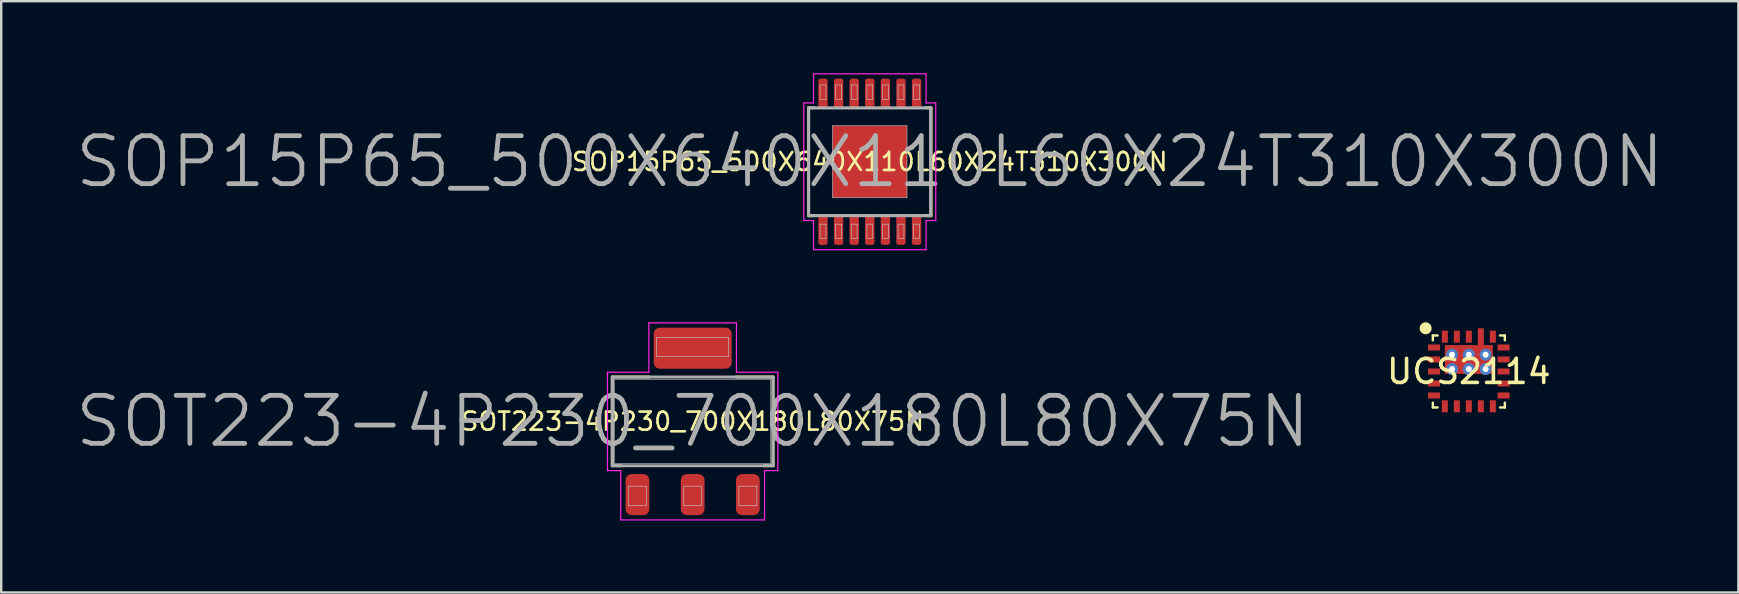
<source format=kicad_pcb>
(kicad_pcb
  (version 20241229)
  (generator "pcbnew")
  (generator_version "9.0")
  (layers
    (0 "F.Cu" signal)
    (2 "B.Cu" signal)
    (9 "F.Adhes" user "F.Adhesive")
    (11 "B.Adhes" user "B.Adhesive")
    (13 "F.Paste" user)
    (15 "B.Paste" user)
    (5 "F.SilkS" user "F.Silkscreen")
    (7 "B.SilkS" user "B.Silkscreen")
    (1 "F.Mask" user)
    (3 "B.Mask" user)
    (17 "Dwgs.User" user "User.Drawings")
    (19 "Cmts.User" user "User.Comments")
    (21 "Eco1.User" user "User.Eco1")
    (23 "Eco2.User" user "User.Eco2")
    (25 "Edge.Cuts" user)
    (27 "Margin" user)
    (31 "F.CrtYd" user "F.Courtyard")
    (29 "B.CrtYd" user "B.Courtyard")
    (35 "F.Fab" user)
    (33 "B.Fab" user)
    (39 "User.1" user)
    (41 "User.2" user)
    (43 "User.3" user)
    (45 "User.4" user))
  (footprint "SOP15P65_500X640X110L60X24T310X300N"
    (layer "F.Cu")
    (at 33.195 3.69)
    (property "Reference" "SOP15P65_500X640X110L60X24T310X300N" (at 0 0 0) (layer "F.SilkS") (effects (font (size 0.75 0.75) (thickness 0.11))))
    (attr smd)
    (fp_line (start -1.33 -1.28) (end -0.22 -1.28) (stroke (width 0.1) (type solid)) (layer "F.Mask"))
    (fp_line (start -1.33 -0.22) (end -1.33 -1.28) (stroke (width 0.1) (type solid)) (layer "F.Mask"))
    (fp_line (start -1.33 0.22) (end -0.22 0.22) (stroke (width 0.1) (type solid)) (layer "F.Mask"))
    (fp_line (start -1.33 1.28) (end -1.33 0.22) (stroke (width 0.1) (type solid)) (layer "F.Mask"))
    (fp_line (start -0.22 -1.28) (end -0.22 -0.22) (stroke (width 0.1) (type solid)) (layer "F.Mask"))
    (fp_line (start -0.22 -0.22) (end -1.33 -0.22) (stroke (width 0.1) (type solid)) (layer "F.Mask"))
    (fp_line (start -0.22 0.22) (end -0.22 1.28) (stroke (width 0.1) (type solid)) (layer "F.Mask"))
    (fp_line (start -0.22 1.28) (end -1.33 1.28) (stroke (width 0.1) (type solid)) (layer "F.Mask"))
    (fp_line (start 0.22 -1.28) (end 1.33 -1.28) (stroke (width 0.1) (type solid)) (layer "F.Mask"))
    (fp_line (start 0.22 -0.22) (end 0.22 -1.28) (stroke (width 0.1) (type solid)) (layer "F.Mask"))
    (fp_line (start 0.22 0.22) (end 1.33 0.22) (stroke (width 0.1) (type solid)) (layer "F.Mask"))
    (fp_line (start 0.22 1.28) (end 0.22 0.22) (stroke (width 0.1) (type solid)) (layer "F.Mask"))
    (fp_line (start 1.33 -1.28) (end 1.33 -0.22) (stroke (width 0.1) (type solid)) (layer "F.Mask"))
    (fp_line (start 1.33 -0.22) (end 0.22 -0.22) (stroke (width 0.1) (type solid)) (layer "F.Mask"))
    (fp_line (start 1.33 0.22) (end 1.33 1.28) (stroke (width 0.1) (type solid)) (layer "F.Mask"))
    (fp_line (start 1.33 1.28) (end 0.22 1.28) (stroke (width 0.1) (type solid)) (layer "F.Mask"))
    (fp_line (start -2.55 -2.25) (end -2.325 -2.25) (stroke (width 0.12) (type solid)) (layer "F.SilkS"))
    (fp_line (start -2.55 2.25) (end -2.55 -2.25) (stroke (width 0.12) (type solid)) (layer "F.SilkS"))
    (fp_line (start -2.325 2.25) (end -2.55 2.25) (stroke (width 0.12) (type solid)) (layer "F.SilkS"))
    (fp_line (start 2.325 2.25) (end 2.55 2.25) (stroke (width 0.12) (type solid)) (layer "F.SilkS"))
    (fp_line (start 2.55 -2.25) (end 2.325 -2.25) (stroke (width 0.12) (type solid)) (layer "F.SilkS"))
    (fp_line (start 2.55 2.25) (end 2.55 -2.25) (stroke (width 0.12) (type solid)) (layer "F.SilkS"))
    (fp_line (start -2.5 -2.2) (end 2.5 -2.2) (stroke (width 0.025) (type solid)) (layer "Dwgs.User"))
    (fp_line (start -2.5 2.2) (end -2.5 -2.2) (stroke (width 0.025) (type solid)) (layer "Dwgs.User"))
    (fp_line (start -2.072 -3.2) (end -1.827 -3.2) (stroke (width 0.025) (type solid)) (layer "Dwgs.User"))
    (fp_line (start -2.072 -2.6) (end -2.072 -3.2) (stroke (width 0.025) (type solid)) (layer "Dwgs.User"))
    (fp_line (start -2.072 2.6) (end -1.827 2.6) (stroke (width 0.025) (type solid)) (layer "Dwgs.User"))
    (fp_line (start -2.072 3.2) (end -2.072 2.6) (stroke (width 0.025) (type solid)) (layer "Dwgs.User"))
    (fp_line (start -1.827 -3.2) (end -1.827 -2.6) (stroke (width 0.025) (type solid)) (layer "Dwgs.User"))
    (fp_line (start -1.827 -2.6) (end -2.072 -2.6) (stroke (width 0.025) (type solid)) (layer "Dwgs.User"))
    (fp_line (start -1.827 2.6) (end -1.827 3.2) (stroke (width 0.025) (type solid)) (layer "Dwgs.User"))
    (fp_line (start -1.827 3.2) (end -2.072 3.2) (stroke (width 0.025) (type solid)) (layer "Dwgs.User"))
    (fp_line (start -1.55 -1.5) (end 1.55 -1.5) (stroke (width 0.025) (type solid)) (layer "Dwgs.User"))
    (fp_line (start -1.55 1.5) (end -1.55 -1.5) (stroke (width 0.025) (type solid)) (layer "Dwgs.User"))
    (fp_line (start -1.423 -3.2) (end -1.177 -3.2) (stroke (width 0.025) (type solid)) (layer "Dwgs.User"))
    (fp_line (start -1.423 -2.6) (end -1.423 -3.2) (stroke (width 0.025) (type solid)) (layer "Dwgs.User"))
    (fp_line (start -1.423 2.6) (end -1.177 2.6) (stroke (width 0.025) (type solid)) (layer "Dwgs.User"))
    (fp_line (start -1.423 3.2) (end -1.423 2.6) (stroke (width 0.025) (type solid)) (layer "Dwgs.User"))
    (fp_line (start -1.177 -3.2) (end -1.177 -2.6) (stroke (width 0.025) (type solid)) (layer "Dwgs.User"))
    (fp_line (start -1.177 -2.6) (end -1.423 -2.6) (stroke (width 0.025) (type solid)) (layer "Dwgs.User"))
    (fp_line (start -1.177 2.6) (end -1.177 3.2) (stroke (width 0.025) (type solid)) (layer "Dwgs.User"))
    (fp_line (start -1.177 3.2) (end -1.423 3.2) (stroke (width 0.025) (type solid)) (layer "Dwgs.User"))
    (fp_line (start -0.772 -3.2) (end -0.527 -3.2) (stroke (width 0.025) (type solid)) (layer "Dwgs.User"))
    (fp_line (start -0.772 -2.6) (end -0.772 -3.2) (stroke (width 0.025) (type solid)) (layer "Dwgs.User"))
    (fp_line (start -0.772 2.6) (end -0.527 2.6) (stroke (width 0.025) (type solid)) (layer "Dwgs.User"))
    (fp_line (start -0.772 3.2) (end -0.772 2.6) (stroke (width 0.025) (type solid)) (layer "Dwgs.User"))
    (fp_line (start -0.527 -3.2) (end -0.527 -2.6) (stroke (width 0.025) (type solid)) (layer "Dwgs.User"))
    (fp_line (start -0.527 -2.6) (end -0.772 -2.6) (stroke (width 0.025) (type solid)) (layer "Dwgs.User"))
    (fp_line (start -0.527 2.6) (end -0.527 3.2) (stroke (width 0.025) (type solid)) (layer "Dwgs.User"))
    (fp_line (start -0.527 3.2) (end -0.772 3.2) (stroke (width 0.025) (type solid)) (layer "Dwgs.User"))
    (fp_line (start -0.122 -3.2) (end 0.122 -3.2) (stroke (width 0.025) (type solid)) (layer "Dwgs.User"))
    (fp_line (start -0.122 -2.6) (end -0.122 -3.2) (stroke (width 0.025) (type solid)) (layer "Dwgs.User"))
    (fp_line (start -0.122 2.6) (end 0.122 2.6) (stroke (width 0.025) (type solid)) (layer "Dwgs.User"))
    (fp_line (start -0.122 3.2) (end -0.122 2.6) (stroke (width 0.025) (type solid)) (layer "Dwgs.User"))
    (fp_line (start 0.122 -3.2) (end 0.122 -2.6) (stroke (width 0.025) (type solid)) (layer "Dwgs.User"))
    (fp_line (start 0.122 -2.6) (end -0.122 -2.6) (stroke (width 0.025) (type solid)) (layer "Dwgs.User"))
    (fp_line (start 0.122 2.6) (end 0.122 3.2) (stroke (width 0.025) (type solid)) (layer "Dwgs.User"))
    (fp_line (start 0.122 3.2) (end -0.122 3.2) (stroke (width 0.025) (type solid)) (layer "Dwgs.User"))
    (fp_line (start 0.527 -3.2) (end 0.772 -3.2) (stroke (width 0.025) (type solid)) (layer "Dwgs.User"))
    (fp_line (start 0.527 -2.6) (end 0.527 -3.2) (stroke (width 0.025) (type solid)) (layer "Dwgs.User"))
    (fp_line (start 0.527 2.6) (end 0.772 2.6) (stroke (width 0.025) (type solid)) (layer "Dwgs.User"))
    (fp_line (start 0.527 3.2) (end 0.527 2.6) (stroke (width 0.025) (type solid)) (layer "Dwgs.User"))
    (fp_line (start 0.772 -3.2) (end 0.772 -2.6) (stroke (width 0.025) (type solid)) (layer "Dwgs.User"))
    (fp_line (start 0.772 -2.6) (end 0.527 -2.6) (stroke (width 0.025) (type solid)) (layer "Dwgs.User"))
    (fp_line (start 0.772 2.6) (end 0.772 3.2) (stroke (width 0.025) (type solid)) (layer "Dwgs.User"))
    (fp_line (start 0.772 3.2) (end 0.527 3.2) (stroke (width 0.025) (type solid)) (layer "Dwgs.User"))
    (fp_line (start 1.177 -3.2) (end 1.423 -3.2) (stroke (width 0.025) (type solid)) (layer "Dwgs.User"))
    (fp_line (start 1.177 -2.6) (end 1.177 -3.2) (stroke (width 0.025) (type solid)) (layer "Dwgs.User"))
    (fp_line (start 1.177 2.6) (end 1.423 2.6) (stroke (width 0.025) (type solid)) (layer "Dwgs.User"))
    (fp_line (start 1.177 3.2) (end 1.177 2.6) (stroke (width 0.025) (type solid)) (layer "Dwgs.User"))
    (fp_line (start 1.423 -3.2) (end 1.423 -2.6) (stroke (width 0.025) (type solid)) (layer "Dwgs.User"))
    (fp_line (start 1.423 -2.6) (end 1.177 -2.6) (stroke (width 0.025) (type solid)) (layer "Dwgs.User"))
    (fp_line (start 1.423 2.6) (end 1.423 3.2) (stroke (width 0.025) (type solid)) (layer "Dwgs.User"))
    (fp_line (start 1.423 3.2) (end 1.177 3.2) (stroke (width 0.025) (type solid)) (layer "Dwgs.User"))
    (fp_line (start 1.55 -1.5) (end 1.55 1.5) (stroke (width 0.025) (type solid)) (layer "Dwgs.User"))
    (fp_line (start 1.55 1.5) (end -1.55 1.5) (stroke (width 0.025) (type solid)) (layer "Dwgs.User"))
    (fp_line (start 1.827 -3.2) (end 2.072 -3.2) (stroke (width 0.025) (type solid)) (layer "Dwgs.User"))
    (fp_line (start 1.827 -2.6) (end 1.827 -3.2) (stroke (width 0.025) (type solid)) (layer "Dwgs.User"))
    (fp_line (start 1.827 2.6) (end 2.072 2.6) (stroke (width 0.025) (type solid)) (layer "Dwgs.User"))
    (fp_line (start 1.827 3.2) (end 1.827 2.6) (stroke (width 0.025) (type solid)) (layer "Dwgs.User"))
    (fp_line (start 2.072 -3.2) (end 2.072 -2.6) (stroke (width 0.025) (type solid)) (layer "Dwgs.User"))
    (fp_line (start 2.072 -2.6) (end 1.827 -2.6) (stroke (width 0.025) (type solid)) (layer "Dwgs.User"))
    (fp_line (start 2.072 2.6) (end 2.072 3.2) (stroke (width 0.025) (type solid)) (layer "Dwgs.User"))
    (fp_line (start 2.072 3.2) (end 1.827 3.2) (stroke (width 0.025) (type solid)) (layer "Dwgs.User"))
    (fp_line (start 2.5 -2.2) (end 2.5 2.2) (stroke (width 0.025) (type solid)) (layer "Dwgs.User"))
    (fp_line (start 2.5 2.2) (end -2.5 2.2) (stroke (width 0.025) (type solid)) (layer "Dwgs.User"))
    (fp_line (start -2.75 -2.45) (end -2.75 2.45) (stroke (width 0.05) (type solid)) (layer "F.CrtYd"))
    (fp_line (start -2.75 2.45) (end -2.345 2.45) (stroke (width 0.05) (type solid)) (layer "F.CrtYd"))
    (fp_line (start -2.345 -3.665) (end -2.345 -2.45) (stroke (width 0.05) (type solid)) (layer "F.CrtYd"))
    (fp_line (start -2.345 -2.45) (end -2.75 -2.45) (stroke (width 0.05) (type solid)) (layer "F.CrtYd"))
    (fp_line (start -2.345 2.45) (end -2.345 3.665) (stroke (width 0.05) (type solid)) (layer "F.CrtYd"))
    (fp_line (start -2.345 3.665) (end 2.345 3.665) (stroke (width 0.05) (type solid)) (layer "F.CrtYd"))
    (fp_line (start 2.345 -3.665) (end -2.345 -3.665) (stroke (width 0.05) (type solid)) (layer "F.CrtYd"))
    (fp_line (start 2.345 -2.45) (end 2.345 -3.665) (stroke (width 0.05) (type solid)) (layer "F.CrtYd"))
    (fp_line (start 2.345 2.45) (end 2.75 2.45) (stroke (width 0.05) (type solid)) (layer "F.CrtYd"))
    (fp_line (start 2.345 3.665) (end 2.345 2.45) (stroke (width 0.05) (type solid)) (layer "F.CrtYd"))
    (fp_line (start 2.75 -2.45) (end 2.345 -2.45) (stroke (width 0.05) (type solid)) (layer "F.CrtYd"))
    (fp_line (start 2.75 2.45) (end 2.75 -2.45) (stroke (width 0.05) (type solid)) (layer "F.CrtYd"))
    (fp_line (start -2.55 -2.25) (end 2.55 -2.25) (stroke (width 0.12) (type solid)) (layer "F.Fab"))
    (fp_line (start -2.55 2.25) (end -2.55 -2.25) (stroke (width 0.12) (type solid)) (layer "F.Fab"))
    (fp_line (start 2.55 -2.25) (end 2.55 2.25) (stroke (width 0.12) (type solid)) (layer "F.Fab"))
    (fp_line (start 2.55 2.25) (end -2.55 2.25) (stroke (width 0.12) (type solid)) (layer "F.Fab"))
    (fp_text user "${REFERENCE}" (at 0 0 0) (layer "F.Fab") (effects (font (size 2 2) (thickness 0.2))))
    (pad "" smd rect (at -0.775 -0.75 90) (size 1.06 1.11) (layers "F.Paste"))
    (pad "" smd rect (at -0.775 0.75 90) (size 1.06 1.11) (layers "F.Paste"))
    (pad "" smd rect (at 0.775 -0.75 90) (size 1.06 1.11) (layers "F.Paste"))
    (pad "" smd rect (at 0.775 0.75 90) (size 1.06 1.11) (layers "F.Paste"))
    (pad "1" smd roundrect (at -1.95 2.835 90) (size 1.26 0.39) (layers "F.Cu" "F.Mask" "F.Paste") (roundrect_rratio 0.256))
    (pad "2" smd roundrect (at -1.3 2.835 90) (size 1.26 0.39) (layers "F.Cu" "F.Mask" "F.Paste") (roundrect_rratio 0.256))
    (pad "3" smd roundrect (at -0.65 2.835 90) (size 1.26 0.39) (layers "F.Cu" "F.Mask" "F.Paste") (roundrect_rratio 0.256))
    (pad "4" smd roundrect (at 0 2.835 90) (size 1.26 0.39) (layers "F.Cu" "F.Mask" "F.Paste") (roundrect_rratio 0.256))
    (pad "5" smd roundrect (at 0.65 2.835 90) (size 1.26 0.39) (layers "F.Cu" "F.Mask" "F.Paste") (roundrect_rratio 0.256))
    (pad "6" smd roundrect (at 1.3 2.835 90) (size 1.26 0.39) (layers "F.Cu" "F.Mask" "F.Paste") (roundrect_rratio 0.256))
    (pad "7" smd roundrect (at 1.95 2.835 90) (size 1.26 0.39) (layers "F.Cu" "F.Mask" "F.Paste") (roundrect_rratio 0.256))
    (pad "8" smd roundrect (at 1.95 -2.835 90) (size 1.26 0.39) (layers "F.Cu" "F.Mask" "F.Paste") (roundrect_rratio 0.256))
    (pad "9" smd roundrect (at 1.3 -2.835 90) (size 1.26 0.39) (layers "F.Cu" "F.Mask" "F.Paste") (roundrect_rratio 0.256))
    (pad "10" smd roundrect (at 0.65 -2.835 90) (size 1.26 0.39) (layers "F.Cu" "F.Mask" "F.Paste") (roundrect_rratio 0.256))
    (pad "11" smd roundrect (at 0 -2.835 90) (size 1.26 0.39) (layers "F.Cu" "F.Mask" "F.Paste") (roundrect_rratio 0.256))
    (pad "12" smd roundrect (at -0.65 -2.835 90) (size 1.26 0.39) (layers "F.Cu" "F.Mask" "F.Paste") (roundrect_rratio 0.256))
    (pad "13" smd roundrect (at -1.3 -2.835 90) (size 1.26 0.39) (layers "F.Cu" "F.Mask" "F.Paste") (roundrect_rratio 0.256))
    (pad "14" smd roundrect (at -1.95 -2.835 90) (size 1.26 0.39) (layers "F.Cu" "F.Mask" "F.Paste") (roundrect_rratio 0.256))
    (pad "15" smd rect (at 0 0 90) (size 3 3.1) (layers "F.Cu")))
  (footprint "SOT223-4P230_700X180L80X75N"
    (layer "F.Cu")
    (at 25.814 14.51)
    (property "Reference" "SOT223-4P230_700X180L80X75N" (at 0 0 0) (layer "F.SilkS") (effects (font (size 0.75 0.75) (thickness 0.11))))
    (attr smd)
    (fp_line (start -3.35 -1.85) (end -1.805 -1.85) (stroke (width 0.12) (type solid)) (layer "F.SilkS"))
    (fp_line (start -3.35 1.85) (end -3.35 -1.85) (stroke (width 0.12) (type solid)) (layer "F.SilkS"))
    (fp_line (start -2.975 1.85) (end -3.35 1.85) (stroke (width 0.12) (type solid)) (layer "F.SilkS"))
    (fp_line (start 2.975 1.85) (end 3.35 1.85) (stroke (width 0.12) (type solid)) (layer "F.SilkS"))
    (fp_line (start 3.35 -1.85) (end 1.805 -1.85) (stroke (width 0.12) (type solid)) (layer "F.SilkS"))
    (fp_line (start 3.35 1.85) (end 3.35 -1.85) (stroke (width 0.12) (type solid)) (layer "F.SilkS"))
    (fp_line (start -3.25 -1.75) (end 3.25 -1.75) (stroke (width 0.025) (type solid)) (layer "Dwgs.User"))
    (fp_line (start -3.25 1.75) (end -3.25 -1.75) (stroke (width 0.025) (type solid)) (layer "Dwgs.User"))
    (fp_line (start -2.675 2.7) (end -1.925 2.7) (stroke (width 0.025) (type solid)) (layer "Dwgs.User"))
    (fp_line (start -2.675 3.5) (end -2.675 2.7) (stroke (width 0.025) (type solid)) (layer "Dwgs.User"))
    (fp_line (start -1.925 2.7) (end -1.925 3.5) (stroke (width 0.025) (type solid)) (layer "Dwgs.User"))
    (fp_line (start -1.925 3.5) (end -2.675 3.5) (stroke (width 0.025) (type solid)) (layer "Dwgs.User"))
    (fp_line (start -1.5 -3.5) (end 1.5 -3.5) (stroke (width 0.025) (type solid)) (layer "Dwgs.User"))
    (fp_line (start -1.5 -2.7) (end -1.5 -3.5) (stroke (width 0.025) (type solid)) (layer "Dwgs.User"))
    (fp_line (start -0.375 2.7) (end 0.375 2.7) (stroke (width 0.025) (type solid)) (layer "Dwgs.User"))
    (fp_line (start -0.375 3.5) (end -0.375 2.7) (stroke (width 0.025) (type solid)) (layer "Dwgs.User"))
    (fp_line (start 0.375 2.7) (end 0.375 3.5) (stroke (width 0.025) (type solid)) (layer "Dwgs.User"))
    (fp_line (start 0.375 3.5) (end -0.375 3.5) (stroke (width 0.025) (type solid)) (layer "Dwgs.User"))
    (fp_line (start 1.5 -3.5) (end 1.5 -2.7) (stroke (width 0.025) (type solid)) (layer "Dwgs.User"))
    (fp_line (start 1.5 -2.7) (end -1.5 -2.7) (stroke (width 0.025) (type solid)) (layer "Dwgs.User"))
    (fp_line (start 1.925 2.7) (end 2.675 2.7) (stroke (width 0.025) (type solid)) (layer "Dwgs.User"))
    (fp_line (start 1.925 3.5) (end 1.925 2.7) (stroke (width 0.025) (type solid)) (layer "Dwgs.User"))
    (fp_line (start 2.675 2.7) (end 2.675 3.5) (stroke (width 0.025) (type solid)) (layer "Dwgs.User"))
    (fp_line (start 2.675 3.5) (end 1.925 3.5) (stroke (width 0.025) (type solid)) (layer "Dwgs.User"))
    (fp_line (start 3.25 -1.75) (end 3.25 1.75) (stroke (width 0.025) (type solid)) (layer "Dwgs.User"))
    (fp_line (start 3.25 1.75) (end -3.25 1.75) (stroke (width 0.025) (type solid)) (layer "Dwgs.User"))
    (fp_line (start -3.55 -2.05) (end -3.55 2.05) (stroke (width 0.05) (type solid)) (layer "F.CrtYd"))
    (fp_line (start -3.55 2.05) (end -2.995 2.05) (stroke (width 0.05) (type solid)) (layer "F.CrtYd"))
    (fp_line (start -2.995 2.05) (end -2.995 4.105) (stroke (width 0.05) (type solid)) (layer "F.CrtYd"))
    (fp_line (start -2.995 4.105) (end 2.995 4.105) (stroke (width 0.05) (type solid)) (layer "F.CrtYd"))
    (fp_line (start -1.825 -4.105) (end -1.825 -2.05) (stroke (width 0.05) (type solid)) (layer "F.CrtYd"))
    (fp_line (start -1.825 -2.05) (end -3.55 -2.05) (stroke (width 0.05) (type solid)) (layer "F.CrtYd"))
    (fp_line (start 1.825 -4.105) (end -1.825 -4.105) (stroke (width 0.05) (type solid)) (layer "F.CrtYd"))
    (fp_line (start 1.825 -2.05) (end 1.825 -4.105) (stroke (width 0.05) (type solid)) (layer "F.CrtYd"))
    (fp_line (start 2.995 2.05) (end 3.55 2.05) (stroke (width 0.05) (type solid)) (layer "F.CrtYd"))
    (fp_line (start 2.995 4.105) (end 2.995 2.05) (stroke (width 0.05) (type solid)) (layer "F.CrtYd"))
    (fp_line (start 3.55 -2.05) (end 1.825 -2.05) (stroke (width 0.05) (type solid)) (layer "F.CrtYd"))
    (fp_line (start 3.55 2.05) (end 3.55 -2.05) (stroke (width 0.05) (type solid)) (layer "F.CrtYd"))
    (fp_line (start -3.35 -1.85) (end 3.35 -1.85) (stroke (width 0.12) (type solid)) (layer "F.Fab"))
    (fp_line (start -3.35 1.85) (end -3.35 -1.85) (stroke (width 0.12) (type solid)) (layer "F.Fab"))
    (fp_line (start 3.35 -1.85) (end 3.35 1.85) (stroke (width 0.12) (type solid)) (layer "F.Fab"))
    (fp_line (start 3.35 1.85) (end -3.35 1.85) (stroke (width 0.12) (type solid)) (layer "F.Fab"))
    (fp_text user "${REFERENCE}" (at 0 0 0) (layer "F.Fab") (effects (font (size 2 2) (thickness 0.2))))
    (pad "1" smd roundrect (at -2.3 3.05 90) (size 1.71 0.99) (layers "F.Cu" "F.Mask" "F.Paste") (roundrect_rratio 0.253))
    (pad "2" smd roundrect (at 0 3.05 90) (size 1.71 0.99) (layers "F.Cu" "F.Mask" "F.Paste") (roundrect_rratio 0.253))
    (pad "3" smd roundrect (at 2.3 3.05 90) (size 1.71 0.99) (layers "F.Cu" "F.Mask" "F.Paste") (roundrect_rratio 0.253))
    (pad "4" smd roundrect (at 0 -3.05 90) (size 1.71 3.25) (layers "F.Cu" "F.Mask" "F.Paste") (roundrect_rratio 0.146)))
  (footprint "UCS2114"
    (layer "F.Cu")
    (at 58.158 12.43)
    (property "Reference" "UCS2114" (at 0 0 0) (unlocked yes) (layer "F.SilkS") (effects (font (size 1 1) (thickness 0.15))))
    (fp_line (start -1.5 -1.5) (end -1.5 -1.3) (stroke (width 0.1) (type solid)) (layer "F.SilkS"))
    (fp_line (start -1.5 -1.5) (end -1.3 -1.5) (stroke (width 0.1) (type solid)) (layer "F.SilkS"))
    (fp_line (start -1.5 1.3) (end -1.5 1.5) (stroke (width 0.1) (type solid)) (layer "F.SilkS"))
    (fp_line (start -1.5 1.5) (end -1.3 1.5) (stroke (width 0.1) (type solid)) (layer "F.SilkS"))
    (fp_line (start 1.5 -1.5) (end 1.3 -1.5) (stroke (width 0.1) (type solid)) (layer "F.SilkS"))
    (fp_line (start 1.5 -1.5) (end 1.5 -1.3) (stroke (width 0.1) (type solid)) (layer "F.SilkS"))
    (fp_line (start 1.5 1.5) (end 1.3 1.5) (stroke (width 0.1) (type solid)) (layer "F.SilkS"))
    (fp_line (start 1.5 1.5) (end 1.5 1.3) (stroke (width 0.1) (type solid)) (layer "F.SilkS"))
    (fp_circle (center -1.8 -1.8) (end -1.6 -1.8) (stroke (width 0.1) (type solid)) (fill yes) (layer "F.SilkS"))
    (pad "1" smd rect (at -1.45 -1 90) (size 0.25 0.5) (layers "F.Cu" "F.Mask" "F.Paste"))
    (pad "2" smd rect (at -1.45 -0.5 90) (size 0.25 0.5) (layers "F.Cu" "F.Mask" "F.Paste"))
    (pad "3" smd rect (at -1.45 0 90) (size 0.25 0.5) (layers "F.Cu" "F.Mask" "F.Paste"))
    (pad "4" smd rect (at -1.45 0.5 90) (size 0.25 0.5) (layers "F.Cu" "F.Mask" "F.Paste"))
    (pad "5" smd rect (at -1.45 1 270) (size 0.25 0.5) (layers "F.Cu" "F.Mask" "F.Paste"))
    (pad "6" smd rect (at -1 1.45 180) (size 0.25 0.5) (layers "F.Cu" "F.Mask" "F.Paste"))
    (pad "7" smd rect (at -0.5 1.45 180) (size 0.25 0.5) (layers "F.Cu" "F.Mask" "F.Paste"))
    (pad "8" smd rect (at 0 1.45 180) (size 0.25 0.5) (layers "F.Cu" "F.Mask" "F.Paste"))
    (pad "9" smd rect (at 0.5 1.45 180) (size 0.25 0.5) (layers "F.Cu" "F.Mask" "F.Paste"))
    (pad "10" smd rect (at 1 1.45 180) (size 0.25 0.5) (layers "F.Cu" "F.Mask" "F.Paste"))
    (pad "11" smd rect (at 1.45 1 90) (size 0.25 0.5) (layers "F.Cu" "F.Mask" "F.Paste"))
    (pad "12" smd rect (at 1.45 0.5 90) (size 0.25 0.5) (layers "F.Cu" "F.Mask" "F.Paste"))
    (pad "13" smd rect (at 1.45 0 270) (size 0.25 0.5) (layers "F.Cu" "F.Mask" "F.Paste"))
    (pad "14" smd rect (at 1.45 -0.5 270) (size 0.25 0.5) (layers "F.Cu" "F.Mask" "F.Paste"))
    (pad "15" smd rect (at 1.45 -1 270) (size 0.25 0.5) (layers "F.Cu" "F.Mask" "F.Paste"))
    (pad "16" smd rect (at 1 -1.45 180) (size 0.25 0.5) (layers "F.Cu" "F.Mask" "F.Paste"))
    (pad "17" thru_hole circle (at -0.7 -0.7 180) (size 0.5 0.5) (drill 0.25) (layers "*.Cu" "*.Mask"))
    (pad "17" thru_hole circle (at -0.7 -0.1 180) (size 0.5 0.5) (drill 0.25) (layers "*.Cu" "*.Mask"))
    (pad "17" thru_hole circle (at 0 -0.7 180) (size 0.5 0.5) (drill 0.25) (layers "*.Cu" "*.Mask"))
    (pad "17" smd rect (at 0 -0.5 180) (size 2 1.2) (layers "F.Cu" "F.Mask" "F.Paste"))
    (pad "17" thru_hole circle (at 0 -0.1 180) (size 0.5 0.5) (drill 0.25) (layers "*.Cu" "*.Mask"))
    (pad "17" smd rect (at 0.5 -1.45 180) (size 0.25 0.7) (layers "F.Cu" "F.Mask" "F.Paste"))
    (pad "17" thru_hole circle (at 0.7 -0.7 180) (size 0.5 0.5) (drill 0.25) (layers "*.Cu" "*.Mask"))
    (pad "17" thru_hole circle (at 0.7 -0.1 180) (size 0.5 0.5) (drill 0.25) (layers "*.Cu" "*.Mask"))
    (pad "18" smd rect (at 0 -1.45 180) (size 0.25 0.5) (layers "F.Cu" "F.Mask" "F.Paste"))
    (pad "19" smd rect (at -0.5 -1.45 180) (size 0.25 0.5) (layers "F.Cu" "F.Mask" "F.Paste"))
    (pad "20" smd rect (at -1 -1.45 180) (size 0.25 0.5) (layers "F.Cu" "F.Mask" "F.Paste")))
  (gr_rect
    (start -3 -3)
    (end 69.39 21.64)
    (stroke (width 0.1) (type default))
    (fill no)
    (layer "Edge.Cuts")))
</source>
